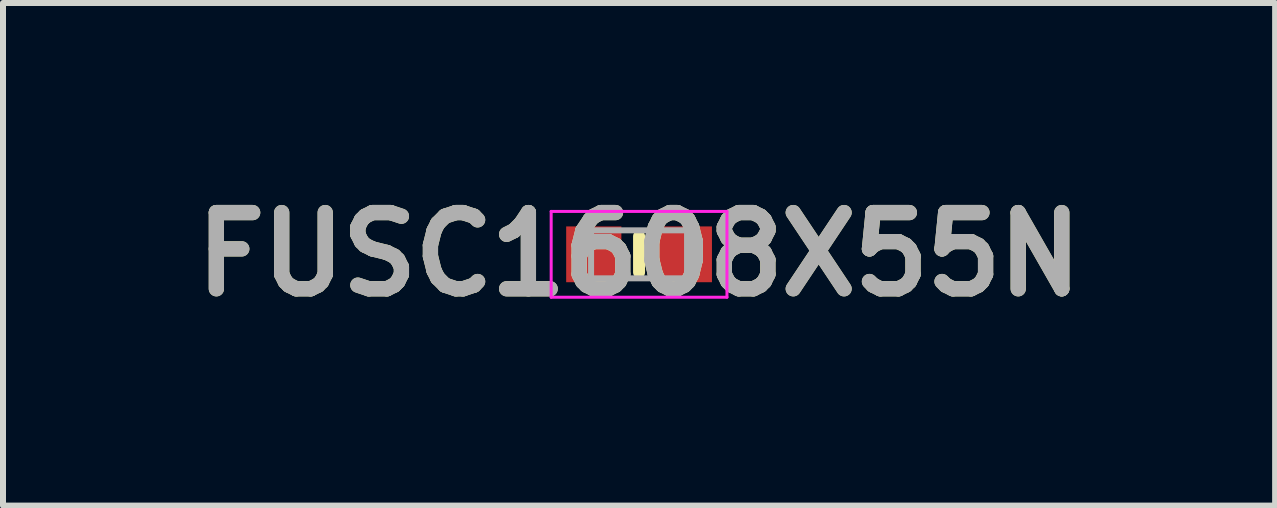
<source format=kicad_pcb>
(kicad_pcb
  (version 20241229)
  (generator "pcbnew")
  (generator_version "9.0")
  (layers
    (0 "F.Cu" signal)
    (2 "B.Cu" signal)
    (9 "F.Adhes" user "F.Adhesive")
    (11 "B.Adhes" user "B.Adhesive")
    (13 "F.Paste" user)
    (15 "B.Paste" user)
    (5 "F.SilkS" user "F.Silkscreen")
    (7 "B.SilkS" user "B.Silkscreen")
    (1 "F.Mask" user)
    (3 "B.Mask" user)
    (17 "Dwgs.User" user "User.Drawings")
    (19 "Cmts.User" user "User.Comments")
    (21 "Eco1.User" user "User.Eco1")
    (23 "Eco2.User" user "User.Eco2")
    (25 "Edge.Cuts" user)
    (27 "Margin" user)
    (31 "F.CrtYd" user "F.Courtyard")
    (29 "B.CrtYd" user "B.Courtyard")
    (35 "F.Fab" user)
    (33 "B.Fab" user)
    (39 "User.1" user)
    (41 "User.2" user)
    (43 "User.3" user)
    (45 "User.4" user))
  (footprint "FUSC1608X55N"
    (layer "F.Cu")
    (at 7.602 1.189)
    (property "Reference" "FUSC1608X55N" (at 0 0 0) (layer "F.SilkS") (effects (font (size 1.27 1.27) (thickness 0.254))))
    (attr smd)
    (fp_line (start 0 -0.3) (end 0 0.3) (stroke (width 0.2) (type solid)) (layer "F.SilkS"))
    (fp_line (start -1.465 -0.715) (end 1.465 -0.715) (stroke (width 0.05) (type solid)) (layer "F.CrtYd"))
    (fp_line (start -1.465 0.715) (end -1.465 -0.715) (stroke (width 0.05) (type solid)) (layer "F.CrtYd"))
    (fp_line (start 1.465 -0.715) (end 1.465 0.715) (stroke (width 0.05) (type solid)) (layer "F.CrtYd"))
    (fp_line (start 1.465 0.715) (end -1.465 0.715) (stroke (width 0.05) (type solid)) (layer "F.CrtYd"))
    (fp_line (start -0.8 -0.4) (end 0.8 -0.4) (stroke (width 0.1) (type solid)) (layer "F.Fab"))
    (fp_line (start -0.8 0.4) (end -0.8 -0.4) (stroke (width 0.1) (type solid)) (layer "F.Fab"))
    (fp_line (start 0.8 -0.4) (end 0.8 0.4) (stroke (width 0.1) (type solid)) (layer "F.Fab"))
    (fp_line (start 0.8 0.4) (end -0.8 0.4) (stroke (width 0.1) (type solid)) (layer "F.Fab"))
    (fp_text user "${REFERENCE}" (at 0 0 0) (layer "F.Fab") (effects (font (size 1.27 1.27) (thickness 0.254))))
    (pad "1" smd rect (at -0.755 0) (size 0.92 0.93) (layers "F.Cu" "F.Mask" "F.Paste"))
    (pad "2" smd rect (at 0.755 0) (size 0.92 0.93) (layers "F.Cu" "F.Mask" "F.Paste")))
  (gr_rect
    (start -3 -3)
    (end 18.204 5.377)
    (stroke (width 0.1) (type default))
    (fill no)
    (layer "Edge.Cuts")))
</source>
